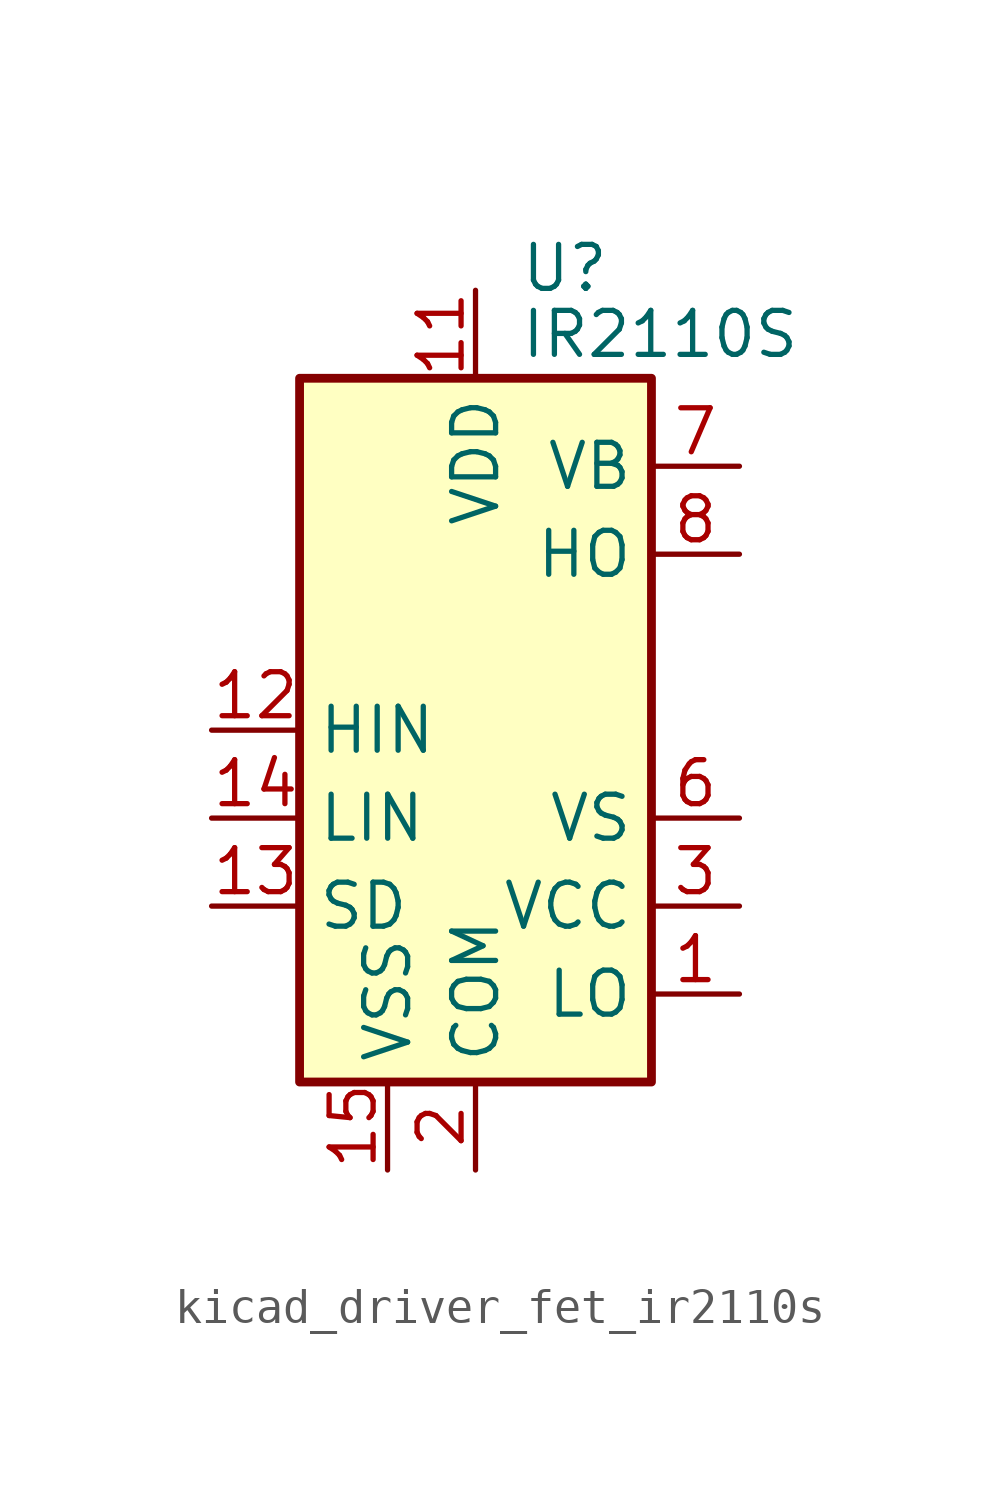
<source format=kicad_sym>
(kicad_symbol_lib
  (version 20220914)
  (generator kicad_symbol_editor)
  (symbol "kicad_driver_fet_ir2110s"
    (property "Reference" "U"
      (at 1.27 13.335 0)
      (effects (font (size 1.27 1.27)) (justify left)))
    (property "Value" "IR2110S"
      (at 1.27 11.43 0)
      (effects (font (size 1.27 1.27)) (justify left)))
    (symbol "kicad_driver_fet_ir2110s_0_1"
      (rectangle (start -5.08 -10.16) (end 5.08 10.16) (stroke (width 0.254) (type default)) (fill (type background))))
    (symbol "kicad_driver_fet_ir2110s_1_1"
      (pin output line (at 7.62 -7.62 180) (length 2.54) (name "LO" (effects (font (size 1.27 1.27)))) (number "1" (effects (font (size 1.27 1.27)))))
      (pin no_connect line (at 5.08 2.54 180) (length 2.54) hide (name "NC" (effects (font (size 1.27 1.27)))) (number "10" (effects (font (size 1.27 1.27)))))
      (pin power_in line (at 0 12.7 270) (length 2.54) (name "VDD" (effects (font (size 1.27 1.27)))) (number "11" (effects (font (size 1.27 1.27)))))
      (pin input line (at -7.62 0 0) (length 2.54) (name "HIN" (effects (font (size 1.27 1.27)))) (number "12" (effects (font (size 1.27 1.27)))))
      (pin input line (at -7.62 -5.08 0) (length 2.54) (name "SD" (effects (font (size 1.27 1.27)))) (number "13" (effects (font (size 1.27 1.27)))))
      (pin input line (at -7.62 -2.54 0) (length 2.54) (name "LIN" (effects (font (size 1.27 1.27)))) (number "14" (effects (font (size 1.27 1.27)))))
      (pin power_in line (at -2.54 -12.7 90) (length 2.54) (name "VSS" (effects (font (size 1.27 1.27)))) (number "15" (effects (font (size 1.27 1.27)))))
      (pin no_connect line (at 5.08 0 180) (length 2.54) hide (name "NC" (effects (font (size 1.27 1.27)))) (number "16" (effects (font (size 1.27 1.27)))))
      (pin power_in line (at 0 -12.7 90) (length 2.54) (name "COM" (effects (font (size 1.27 1.27)))) (number "2" (effects (font (size 1.27 1.27)))))
      (pin power_in line (at 7.62 -5.08 180) (length 2.54) (name "VCC" (effects (font (size 1.27 1.27)))) (number "3" (effects (font (size 1.27 1.27)))))
      (pin no_connect line (at -5.08 7.62 0) (length 2.54) hide (name "NC" (effects (font (size 1.27 1.27)))) (number "4" (effects (font (size 1.27 1.27)))))
      (pin no_connect line (at -5.08 5.08 0) (length 2.54) hide (name "NC" (effects (font (size 1.27 1.27)))) (number "5" (effects (font (size 1.27 1.27)))))
      (pin passive line (at 7.62 -2.54 180) (length 2.54) (name "VS" (effects (font (size 1.27 1.27)))) (number "6" (effects (font (size 1.27 1.27)))))
      (pin passive line (at 7.62 7.62 180) (length 2.54) (name "VB" (effects (font (size 1.27 1.27)))) (number "7" (effects (font (size 1.27 1.27)))))
      (pin output line (at 7.62 5.08 180) (length 2.54) (name "HO" (effects (font (size 1.27 1.27)))) (number "8" (effects (font (size 1.27 1.27)))))
      (pin no_connect line (at -5.08 2.54 0) (length 2.54) hide (name "NC" (effects (font (size 1.27 1.27)))) (number "9" (effects (font (size 1.27 1.27))))))))
</source>
